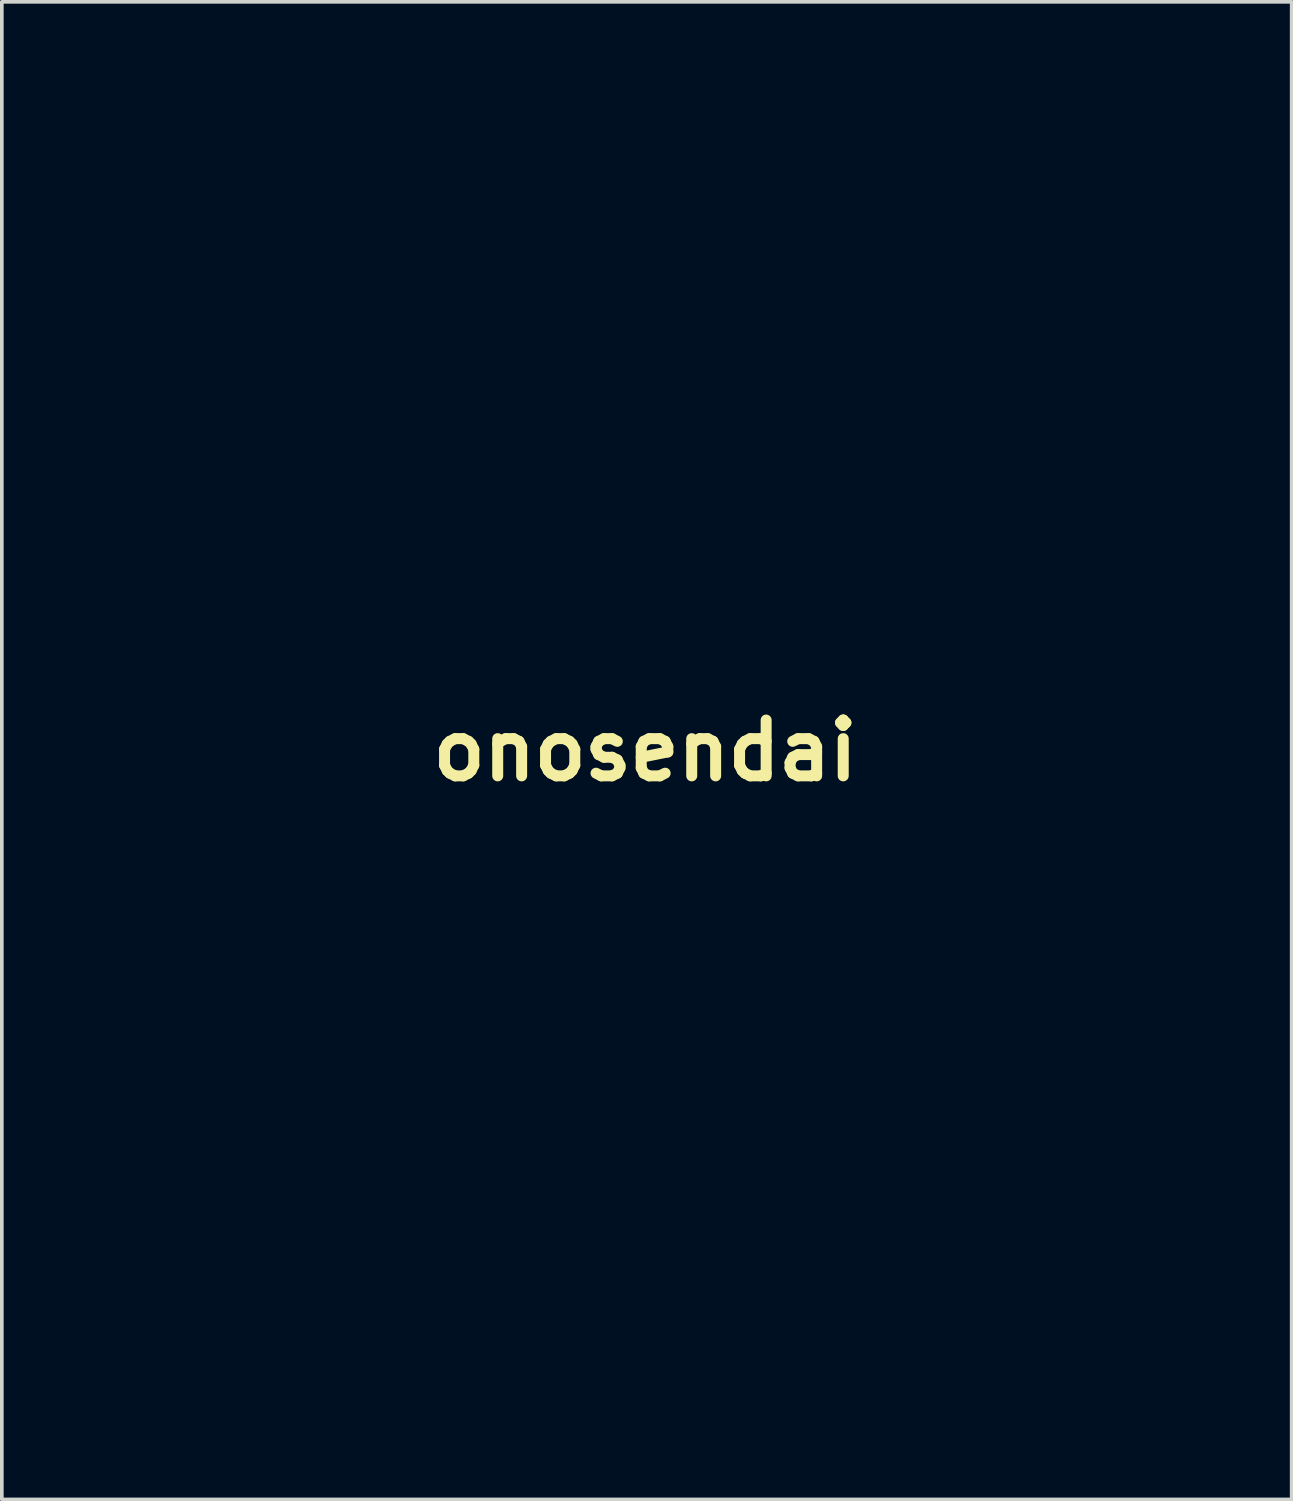
<source format=kicad_pcb>
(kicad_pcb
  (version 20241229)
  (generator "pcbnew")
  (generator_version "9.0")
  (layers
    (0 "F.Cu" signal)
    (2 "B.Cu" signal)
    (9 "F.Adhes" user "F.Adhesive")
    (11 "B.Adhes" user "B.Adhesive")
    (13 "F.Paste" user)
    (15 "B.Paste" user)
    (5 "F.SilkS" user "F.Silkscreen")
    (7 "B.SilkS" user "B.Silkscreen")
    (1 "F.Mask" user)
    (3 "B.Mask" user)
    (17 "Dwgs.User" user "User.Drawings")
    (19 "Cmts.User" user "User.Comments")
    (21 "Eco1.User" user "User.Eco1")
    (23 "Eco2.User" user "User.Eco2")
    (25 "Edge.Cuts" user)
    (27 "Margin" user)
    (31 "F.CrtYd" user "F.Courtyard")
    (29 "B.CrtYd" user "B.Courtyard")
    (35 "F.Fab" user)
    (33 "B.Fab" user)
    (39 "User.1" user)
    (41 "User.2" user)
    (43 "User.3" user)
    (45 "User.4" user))
  (footprint "onosendai"
    (layer "F.Cu")
    (at 14.568 17.446)
    (property "Reference" "onosendai" (at 0 0 0) (layer "F.SilkS") (effects (font (size 1.524 1.524) (thickness 0.3))))
    (attr through_hole)
    (fp_poly (pts (xy 7.369 13.723) (xy 7.668 13.763) (xy 7.862 13.86) (xy 7.974 14.039) (xy 8.027 14.326) (xy 8.042 14.747) (xy 8.042 14.965) (xy 8.036 15.347) (xy 8.021 15.668) (xy 7.999 15.89) (xy 7.979 15.968) (xy 7.809 16.116) (xy 7.524 16.209) (xy 7.103 16.252) (xy 6.864 16.256) (xy 6.181 16.256) (xy 6.181 13.716) (xy 6.943 13.716) (xy 7.369 13.723)) (stroke (width 0.01) (type solid)) (fill no) (layer "Eco2.User"))
    (fp_poly (pts (xy 9.951 13.917) (xy 10.047 14.077) (xy 10.183 14.395) (xy 10.272 14.629) (xy 10.4 14.98) (xy 10.503 15.269) (xy 10.567 15.463) (xy 10.583 15.524) (xy 10.506 15.55) (xy 10.3 15.569) (xy 10.008 15.578) (xy 9.948 15.579) (xy 9.645 15.569) (xy 9.42 15.543) (xy 9.316 15.507) (xy 9.313 15.5) (xy 9.342 15.387) (xy 9.415 15.162) (xy 9.519 14.868) (xy 9.635 14.551) (xy 9.748 14.254) (xy 9.842 14.022) (xy 9.893 13.912) (xy 9.951 13.917)) (stroke (width 0.01) (type solid)) (fill no) (layer "Eco2.User"))
    (fp_poly (pts (xy -10.326 13.726) (xy -10.066 13.772) (xy -9.897 13.879) (xy -9.798 14.073) (xy -9.751 14.378) (xy -9.737 14.819) (xy -9.737 14.986) (xy -9.744 15.474) (xy -9.779 15.819) (xy -9.86 16.044) (xy -10.006 16.175) (xy -10.236 16.237) (xy -10.569 16.255) (xy -10.694 16.256) (xy -11.116 16.236) (xy -11.397 16.177) (xy -11.477 16.136) (xy -11.547 16.069) (xy -11.594 15.967) (xy -11.622 15.801) (xy -11.637 15.538) (xy -11.641 15.147) (xy -11.642 14.986) (xy -11.637 14.498) (xy -11.612 14.155) (xy -11.547 13.93) (xy -11.423 13.799) (xy -11.221 13.737) (xy -10.923 13.717) (xy -10.694 13.716) (xy -10.326 13.726)) (stroke (width 0.01) (type solid)) (fill no) (layer "Eco2.User"))
    (fp_poly (pts (xy -4.315 13.726) (xy -4.055 13.772) (xy -3.885 13.879) (xy -3.786 14.073) (xy -3.74 14.378) (xy -3.726 14.819) (xy -3.725 14.986) (xy -3.733 15.474) (xy -3.767 15.819) (xy -3.848 16.044) (xy -3.994 16.175) (xy -4.224 16.237) (xy -4.557 16.255) (xy -4.683 16.256) (xy -5.104 16.236) (xy -5.386 16.177) (xy -5.466 16.136) (xy -5.536 16.069) (xy -5.583 15.967) (xy -5.611 15.801) (xy -5.625 15.538) (xy -5.63 15.147) (xy -5.63 14.986) (xy -5.626 14.498) (xy -5.601 14.155) (xy -5.535 13.93) (xy -5.411 13.799) (xy -5.21 13.737) (xy -4.912 13.717) (xy -4.683 13.716) (xy -4.315 13.726)) (stroke (width 0.01) (type solid)) (fill no) (layer "Eco2.User"))
    (fp_poly (pts (xy 14.647 17.441) (xy -14.563 17.441) (xy -14.563 14.945) (xy -12.004 14.945) (xy -11.984 15.35) (xy -11.94 15.731) (xy -11.877 16.045) (xy -11.802 16.249) (xy -11.776 16.282) (xy -11.587 16.383) (xy -11.278 16.453) (xy -10.897 16.49) (xy -10.494 16.488) (xy -10.116 16.445) (xy -10.035 16.428) (xy -9.795 16.345) (xy -9.62 16.236) (xy -9.597 16.21) (xy -9.503 15.988) (xy -9.443 15.651) (xy -9.415 15.244) (xy -9.417 14.981) (xy -9.059 14.981) (xy -9.059 15.524) (xy -9.054 15.92) (xy -9.044 16.193) (xy -9.026 16.366) (xy -8.997 16.461) (xy -8.954 16.501) (xy -8.896 16.51) (xy -8.892 16.51) (xy -8.83 16.501) (xy -8.785 16.459) (xy -8.753 16.358) (xy -8.732 16.176) (xy -8.718 15.887) (xy -8.708 15.468) (xy -8.702 15.135) (xy -8.678 13.761) (xy -7.832 15.135) (xy -7.536 15.613) (xy -7.313 15.964) (xy -7.147 16.21) (xy -7.021 16.368) (xy -6.921 16.458) (xy -6.831 16.499) (xy -6.736 16.509) (xy -6.71 16.51) (xy -6.435 16.51) (xy -6.435 14.986) (xy -6.435 14.945) (xy -5.993 14.945) (xy -5.973 15.35) (xy -5.929 15.731) (xy -5.866 16.045) (xy -5.79 16.249) (xy -5.765 16.282) (xy -5.575 16.383) (xy -5.266 16.453) (xy -4.886 16.49) (xy -4.483 16.488) (xy -4.104 16.445) (xy -4.024 16.428) (xy -3.783 16.345) (xy -3.609 16.236) (xy -3.585 16.21) (xy -3.492 15.988) (xy -3.432 15.651) (xy -3.418 15.452) (xy -3.302 15.452) (xy -3.26 15.528) (xy -3.113 15.568) (xy -2.836 15.579) (xy -2.556 15.567) (xy -2.411 15.527) (xy -2.371 15.452) (xy -2.412 15.375) (xy -2.559 15.336) (xy -2.836 15.325) (xy -3.117 15.336) (xy -3.262 15.376) (xy -3.302 15.452) (xy -3.418 15.452) (xy -3.404 15.244) (xy -3.407 14.81) (xy -3.44 14.393) (xy -3.445 14.36) (xy -2.201 14.36) (xy -2.156 14.65) (xy -2.009 14.859) (xy -1.74 15.001) (xy -1.332 15.088) (xy -1.137 15.11) (xy -0.807 15.15) (xy -0.536 15.199) (xy -0.376 15.249) (xy -0.36 15.259) (xy -0.28 15.415) (xy -0.257 15.656) (xy -0.287 15.91) (xy -0.369 16.102) (xy -0.387 16.123) (xy -0.546 16.196) (xy -0.811 16.242) (xy -1.125 16.259) (xy -1.43 16.247) (xy -1.667 16.204) (xy -1.761 16.154) (xy -1.837 15.998) (xy -1.863 15.816) (xy -1.894 15.638) (xy -2.006 15.58) (xy -2.032 15.579) (xy -2.151 15.614) (xy -2.197 15.748) (xy -2.201 15.862) (xy -2.127 16.166) (xy -1.918 16.377) (xy -1.736 16.449) (xy -1.421 16.491) (xy -1.028 16.496) (xy -0.642 16.467) (xy -0.405 16.422) (xy -0.188 16.337) (xy -0.069 16.2) (xy 0.001 15.997) (xy 0.05 15.661) (xy 0.026 15.333) (xy -0.06 15.074) (xy -0.136 14.978) (xy -0.271 14.925) (xy -0.527 14.869) (xy -0.858 14.82) (xy -0.981 14.807) (xy -1.32 14.768) (xy -1.594 14.728) (xy -1.76 14.695) (xy -1.785 14.685) (xy -1.832 14.578) (xy -1.86 14.366) (xy -1.863 14.264) (xy -1.835 14) (xy -1.734 13.834) (xy -1.53 13.746) (xy -1.194 13.717) (xy -1.101 13.716) (xy -0.709 13.745) (xy -0.464 13.838) (xy -0.35 14) (xy -0.339 14.1) (xy -0.298 14.264) (xy -0.169 14.309) (xy -0.039 14.245) (xy 0.001 14.084) (xy -0.053 13.874) (xy -0.15 13.719) (xy -0.343 13.592) (xy -0.651 13.508) (xy -1.025 13.472) (xy -1.414 13.491) (xy -1.676 13.542) (xy -1.956 13.661) (xy -2.121 13.857) (xy -2.193 14.161) (xy -2.201 14.36) (xy -3.445 14.36) (xy -3.502 14.036) (xy -3.592 13.783) (xy -3.641 13.715) (xy -3.875 13.58) (xy -4.219 13.5) (xy -4.623 13.475) (xy -5.036 13.502) (xy -5.407 13.583) (xy -5.688 13.716) (xy -5.722 13.743) (xy -5.837 13.865) (xy -5.91 14.019) (xy -5.955 14.253) (xy -5.983 14.563) (xy -5.993 14.945) (xy -6.435 14.945) (xy -6.436 14.444) (xy -6.44 14.049) (xy -6.45 13.776) (xy -6.468 13.605) (xy -6.498 13.51) (xy -6.54 13.47) (xy -6.599 13.462) (xy -6.602 13.462) (xy 0.339 13.462) (xy 0.339 16.51) (xy 1.312 16.51) (xy 1.74 16.507) (xy 2.025 16.494) (xy 2.193 16.469) (xy 2.271 16.428) (xy 2.286 16.383) (xy 2.257 16.322) (xy 2.152 16.284) (xy 1.942 16.264) (xy 1.598 16.256) (xy 1.482 16.256) (xy 0.677 16.256) (xy 0.677 15.071) (xy 1.439 15.071) (xy 1.811 15.066) (xy 2.043 15.048) (xy 2.163 15.012) (xy 2.183 14.981) (xy 2.709 14.981) (xy 2.71 15.524) (xy 2.714 15.92) (xy 2.724 16.193) (xy 2.743 16.366) (xy 2.772 16.461) (xy 2.815 16.501) (xy 2.873 16.51) (xy 2.877 16.51) (xy 2.939 16.501) (xy 2.984 16.459) (xy 3.016 16.358) (xy 3.037 16.176) (xy 3.051 15.887) (xy 3.061 15.468) (xy 3.067 15.135) (xy 3.09 13.761) (xy 3.937 15.135) (xy 4.232 15.613) (xy 4.456 15.964) (xy 4.622 16.21) (xy 4.747 16.368) (xy 4.847 16.458) (xy 4.937 16.499) (xy 5.033 16.509) (xy 5.059 16.51) (xy 5.334 16.51) (xy 5.842 16.51) (xy 6.718 16.51) (xy 7.115 16.502) (xy 7.473 16.48) (xy 7.742 16.447) (xy 7.745 16.447) (xy 8.634 16.447) (xy 8.706 16.5) (xy 8.792 16.51) (xy 8.925 16.442) (xy 9.032 16.225) (xy 9.049 16.171) (xy 9.151 15.833) (xy 10.746 15.833) (xy 10.847 16.171) (xy 10.952 16.415) (xy 11.08 16.508) (xy 11.105 16.51) (xy 11.235 16.481) (xy 11.26 16.447) (xy 11.231 16.35) (xy 11.152 16.122) (xy 11.031 15.789) (xy 10.879 15.376) (xy 10.734 14.986) (xy 11.599 14.986) (xy 11.6 15.528) (xy 11.604 15.923) (xy 11.614 16.195) (xy 11.633 16.367) (xy 11.662 16.461) (xy 11.705 16.501) (xy 11.764 16.51) (xy 11.769 16.51) (xy 11.829 16.503) (xy 11.873 16.466) (xy 11.903 16.376) (xy 11.922 16.211) (xy 11.933 15.946) (xy 11.937 15.56) (xy 11.938 15.03) (xy 11.938 14.986) (xy 11.937 14.444) (xy 11.933 14.049) (xy 11.923 13.777) (xy 11.905 13.605) (xy 11.875 13.511) (xy 11.832 13.471) (xy 11.774 13.462) (xy 11.769 13.462) (xy 11.708 13.469) (xy 11.665 13.506) (xy 11.634 13.596) (xy 11.615 13.761) (xy 11.605 14.026) (xy 11.6 14.412) (xy 11.599 14.942) (xy 11.599 14.986) (xy 10.734 14.986) (xy 10.718 14.944) (xy 10.525 14.433) (xy 10.379 14.059) (xy 10.267 13.8) (xy 10.179 13.635) (xy 10.103 13.541) (xy 10.027 13.497) (xy 9.938 13.481) (xy 9.936 13.48) (xy 9.849 13.476) (xy 9.777 13.497) (xy 9.708 13.563) (xy 9.632 13.697) (xy 9.535 13.919) (xy 9.408 14.25) (xy 9.239 14.712) (xy 9.164 14.92) (xy 8.995 15.388) (xy 8.849 15.801) (xy 8.734 16.132) (xy 8.66 16.357) (xy 8.634 16.447) (xy 7.745 16.447) (xy 7.842 16.424) (xy 8.043 16.325) (xy 8.185 16.173) (xy 8.278 15.939) (xy 8.335 15.594) (xy 8.366 15.11) (xy 8.374 14.56) (xy 8.333 14.147) (xy 8.226 13.851) (xy 8.03 13.654) (xy 7.728 13.536) (xy 7.299 13.479) (xy 6.723 13.463) (xy 6.668 13.462) (xy 5.842 13.462) (xy 5.842 16.51) (xy 5.334 16.51) (xy 5.334 14.986) (xy 5.333 14.444) (xy 5.329 14.049) (xy 5.319 13.776) (xy 5.3 13.605) (xy 5.271 13.51) (xy 5.228 13.47) (xy 5.169 13.462) (xy 5.167 13.462) (xy 5.104 13.471) (xy 5.059 13.514) (xy 5.027 13.615) (xy 5.006 13.8) (xy 4.992 14.091) (xy 4.982 14.514) (xy 4.976 14.815) (xy 4.953 16.169) (xy 4.137 14.837) (xy 3.849 14.367) (xy 3.631 14.023) (xy 3.469 13.784) (xy 3.345 13.63) (xy 3.243 13.541) (xy 3.147 13.498) (xy 3.041 13.48) (xy 3.015 13.478) (xy 2.709 13.452) (xy 2.709 14.981) (xy 2.183 14.981) (xy 2.201 14.953) (xy 2.201 14.944) (xy 2.172 14.882) (xy 2.063 14.843) (xy 1.847 14.823) (xy 1.495 14.817) (xy 1.439 14.817) (xy 0.677 14.817) (xy 0.677 13.716) (xy 1.482 13.716) (xy 1.865 13.711) (xy 2.108 13.695) (xy 2.238 13.662) (xy 2.284 13.607) (xy 2.286 13.589) (xy 2.26 13.533) (xy 2.164 13.496) (xy 1.973 13.474) (xy 1.659 13.464) (xy 1.312 13.462) (xy 0.339 13.462) (xy -6.602 13.462) (xy -6.665 13.471) (xy -6.71 13.514) (xy -6.742 13.615) (xy -6.763 13.8) (xy -6.777 14.091) (xy -6.787 14.514) (xy -6.792 14.815) (xy -6.816 16.169) (xy -7.631 14.837) (xy -7.92 14.367) (xy -8.137 14.023) (xy -8.3 13.784) (xy -8.423 13.63) (xy -8.525 13.541) (xy -8.621 13.498) (xy -8.728 13.48) (xy -8.753 13.478) (xy -9.059 13.452) (xy -9.059 14.981) (xy -9.417 14.981) (xy -9.418 14.81) (xy -9.451 14.393) (xy -9.513 14.036) (xy -9.604 13.783) (xy -9.653 13.715) (xy -9.887 13.58) (xy -10.231 13.5) (xy -10.634 13.475) (xy -11.047 13.502) (xy -11.419 13.583) (xy -11.699 13.716) (xy -11.733 13.743) (xy -11.849 13.865) (xy -11.921 14.019) (xy -11.966 14.253) (xy -11.995 14.563) (xy -12.004 14.945) (xy -14.563 14.945) (xy -14.563 -2.546) (xy -12.069 -2.546) (xy -12.057 -1.705) (xy -12.007 -0.905) (xy -11.918 -0.197) (xy -11.869 0.058) (xy -11.49 1.459) (xy -10.975 2.763) (xy -10.318 3.978) (xy -9.515 5.117) (xy -8.559 6.19) (xy -8.517 6.231) (xy -8.019 6.707) (xy -7.505 7.153) (xy -7.025 7.531) (xy -6.795 7.694) (xy -6.011 8.217) (xy -6.011 3.387) (xy -6.471 2.817) (xy -7.132 1.869) (xy -7.643 0.86) (xy -8.004 -0.195) (xy -8.218 -1.28) (xy -8.285 -2.381) (xy -8.205 -3.481) (xy -7.981 -4.566) (xy -7.613 -5.621) (xy -7.101 -6.629) (xy -6.448 -7.576) (xy -5.723 -8.379) (xy -5.249 -8.842) (xy -5.249 8.62) (xy -4.631 8.878) (xy -4.271 9.017) (xy -3.855 9.163) (xy -3.422 9.302) (xy -3.013 9.423) (xy -2.666 9.514) (xy -2.422 9.562) (xy -2.361 9.567) (xy -2.337 9.564) (xy -2.315 9.546) (xy -2.296 9.506) (xy -2.279 9.435) (xy -2.265 9.323) (xy -2.252 9.162) (xy -2.241 8.942) (xy -2.232 8.655) (xy -2.224 8.291) (xy -2.218 7.842) (xy -2.213 7.298) (xy -2.209 6.651) (xy -2.206 5.892) (xy -2.204 5.011) (xy -2.203 3.999) (xy -2.202 2.848) (xy -2.201 1.549) (xy -2.201 0.092) (xy -2.201 -0.418) (xy -2.201 -1.704) (xy -2.199 -2.943) (xy -2.197 -4.124) (xy -2.193 -5.236) (xy -2.189 -6.269) (xy -2.184 -7.213) (xy -2.178 -8.057) (xy -2.172 -8.79) (xy -2.165 -9.402) (xy -2.158 -9.883) (xy -2.15 -10.222) (xy -2.142 -10.409) (xy -2.137 -10.444) (xy -2.018 -10.484) (xy -1.806 -10.533) (xy -1.756 -10.543) (xy -1.439 -10.602) (xy -1.439 9.726) (xy -1.164 9.766) (xy -0.834 9.792) (xy -0.378 9.799) (xy 0.163 9.788) (xy 0.746 9.761) (xy 1.329 9.721) (xy 1.872 9.67) (xy 2.331 9.61) (xy 2.557 9.57) (xy 3.92 9.206) (xy 5.19 8.708) (xy 6.379 8.069) (xy 7.502 7.28) (xy 8.571 6.334) (xy 8.681 6.226) (xy 9.632 5.176) (xy 10.428 4.079) (xy 11.077 2.917) (xy 11.591 1.67) (xy 11.979 0.32) (xy 12.038 0.058) (xy 12.144 -0.597) (xy 12.211 -1.365) (xy 12.238 -2.195) (xy 12.227 -3.036) (xy 12.176 -3.836) (xy 12.087 -4.545) (xy 12.038 -4.8) (xy 11.659 -6.201) (xy 11.144 -7.504) (xy 10.488 -8.72) (xy 9.684 -9.859) (xy 8.728 -10.932) (xy 8.687 -10.973) (xy 8.188 -11.448) (xy 7.675 -11.895) (xy 7.194 -12.273) (xy 6.964 -12.435) (xy 6.181 -12.958) (xy 6.181 -8.128) (xy 6.64 -7.559) (xy 7.301 -6.611) (xy 7.812 -5.601) (xy 8.174 -4.546) (xy 8.387 -3.461) (xy 8.454 -2.36) (xy 8.375 -1.26) (xy 8.15 -0.175) (xy 7.782 0.879) (xy 7.271 1.887) (xy 6.617 2.834) (xy 5.892 3.638) (xy 5.419 4.101) (xy 5.419 -13.362) (xy 4.8 -13.619) (xy 4.44 -13.759) (xy 4.024 -13.904) (xy 3.592 -14.043) (xy 3.182 -14.164) (xy 2.836 -14.255) (xy 2.592 -14.304) (xy 2.531 -14.309) (xy 2.506 -14.305) (xy 2.485 -14.288) (xy 2.466 -14.248) (xy 2.449 -14.176) (xy 2.434 -14.065) (xy 2.421 -13.903) (xy 2.41 -13.684) (xy 2.401 -13.396) (xy 2.393 -13.033) (xy 2.387 -12.583) (xy 2.382 -12.04) (xy 2.378 -11.392) (xy 2.375 -10.633) (xy 2.373 -9.752) (xy 2.372 -8.74) (xy 2.371 -7.59) (xy 2.371 -6.29) (xy 2.371 -4.834) (xy 2.371 -4.323) (xy 2.37 -3.037) (xy 2.369 -1.798) (xy 2.366 -0.618) (xy 2.363 0.494) (xy 2.358 1.528) (xy 2.353 2.471) (xy 2.348 3.315) (xy 2.342 4.049) (xy 2.335 4.661) (xy 2.327 5.142) (xy 2.32 5.481) (xy 2.312 5.668) (xy 2.307 5.702) (xy 2.187 5.743) (xy 1.975 5.792) (xy 1.926 5.801) (xy 1.609 5.861) (xy 1.609 -14.465) (xy 1.039 -14.526) (xy 0.215 -14.566) (xy -0.705 -14.527) (xy -1.672 -14.417) (xy -2.636 -14.242) (xy -3.545 -14.008) (xy -3.953 -13.875) (xy -5.118 -13.401) (xy -6.183 -12.832) (xy -7.183 -12.145) (xy -8.15 -11.318) (xy -8.512 -10.967) (xy -9.463 -9.917) (xy -10.258 -8.82) (xy -10.908 -7.658) (xy -11.421 -6.411) (xy -11.81 -5.061) (xy -11.869 -4.8) (xy -11.975 -4.145) (xy -12.041 -3.377) (xy -12.069 -2.546) (xy -14.563 -2.546) (xy -14.563 -17.441) (xy 14.647 -17.441) (xy 14.647 17.441)) (stroke (width 0.01) (type solid)) (fill no) (layer "Eco2.User")))
  (gr_rect
    (start -3 -3)
    (end 32.22 37.893)
    (stroke (width 0.1) (type default))
    (fill no)
    (layer "Edge.Cuts")))
</source>
